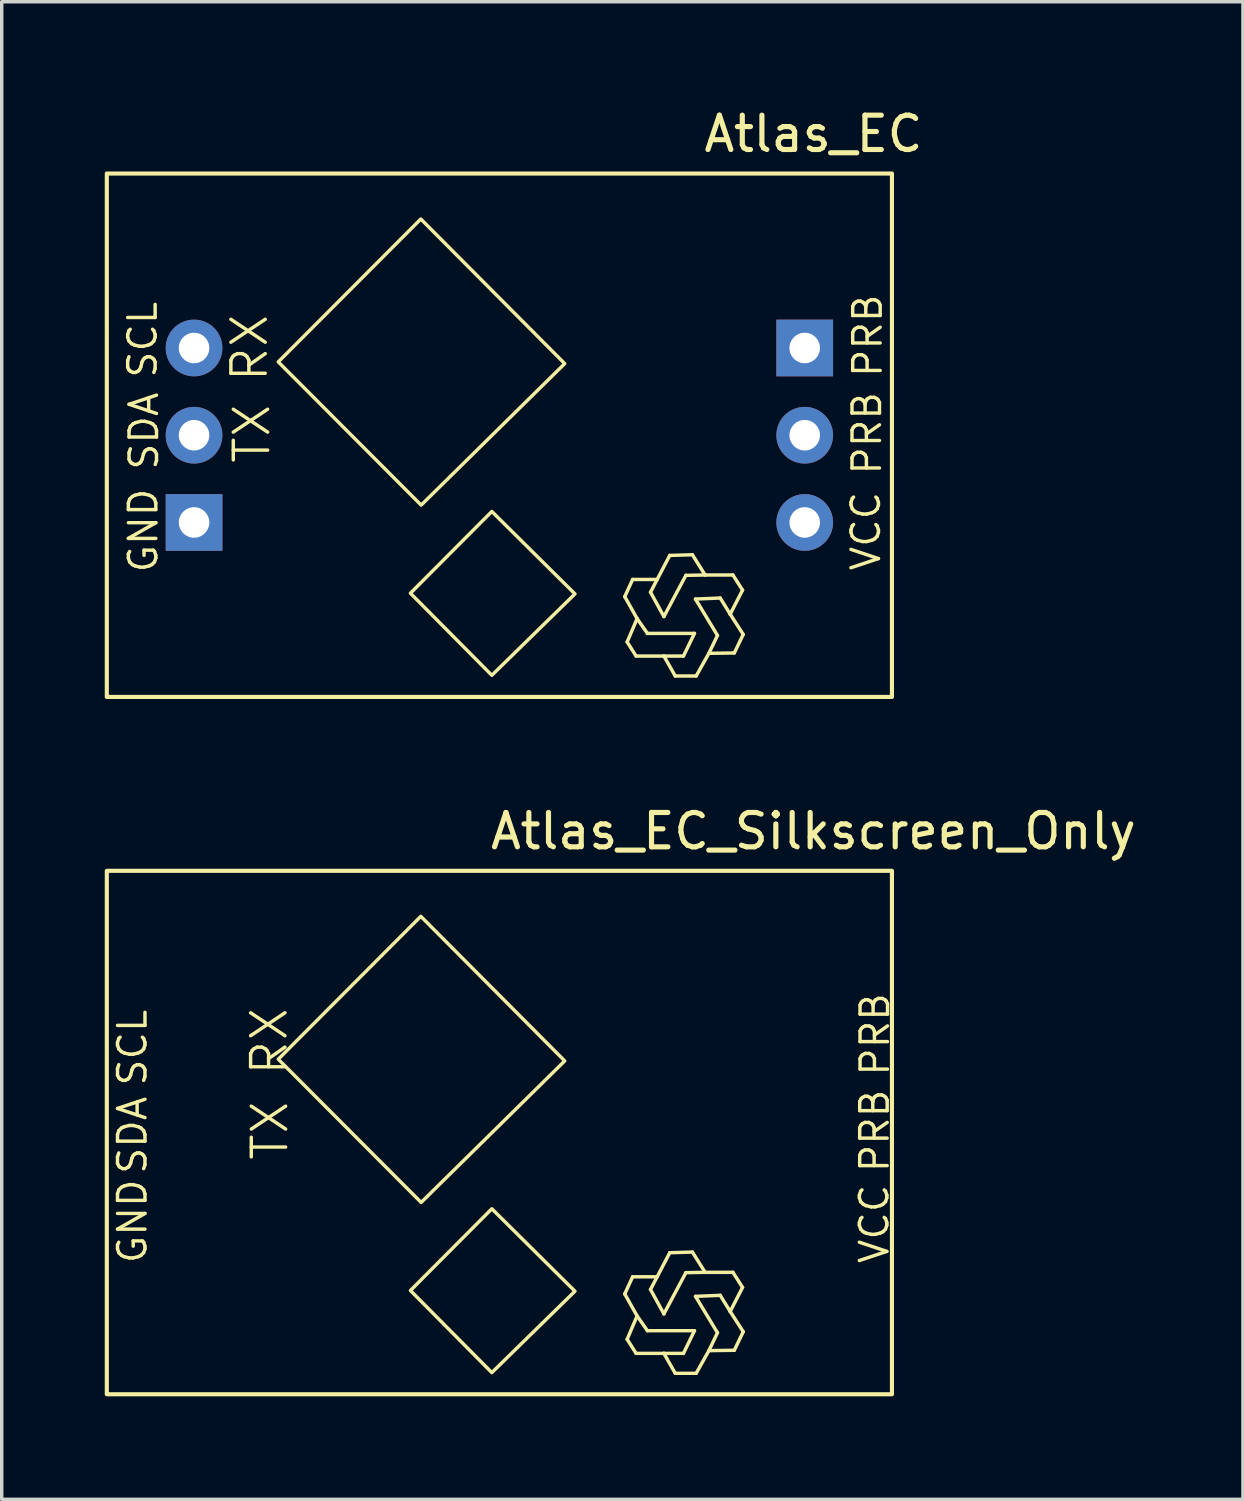
<source format=kicad_pcb>
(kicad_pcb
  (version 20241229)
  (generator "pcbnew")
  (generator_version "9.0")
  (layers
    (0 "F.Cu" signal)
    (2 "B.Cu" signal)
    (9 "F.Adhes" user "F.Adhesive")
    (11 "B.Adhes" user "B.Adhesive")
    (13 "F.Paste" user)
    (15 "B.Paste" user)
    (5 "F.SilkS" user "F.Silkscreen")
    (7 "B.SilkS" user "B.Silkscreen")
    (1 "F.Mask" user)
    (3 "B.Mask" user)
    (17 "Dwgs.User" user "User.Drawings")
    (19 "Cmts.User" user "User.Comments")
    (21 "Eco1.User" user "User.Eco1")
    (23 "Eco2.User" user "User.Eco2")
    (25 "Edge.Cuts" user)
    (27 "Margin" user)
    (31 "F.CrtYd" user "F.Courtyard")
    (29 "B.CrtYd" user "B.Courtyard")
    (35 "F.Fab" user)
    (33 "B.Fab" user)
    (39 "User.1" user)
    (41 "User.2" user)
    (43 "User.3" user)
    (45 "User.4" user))
  (footprint "Atlas_EC_Silkscreen_Only"
    (layer "F.Cu")
    (at 11.49 22.305)
    (property "Reference" "Atlas_EC_Silkscreen_Only" (at 9.144 -1.154 0) (unlocked yes) (layer "F.SilkS") (effects (font (size 1 1) (thickness 0.15))))
    (attr through_hole exclude_from_bom)
    (fp_line (start 3.65 12.32) (end 3.88 11.82) (stroke (width 0.1) (type default)) (layer "F.SilkS"))
    (fp_line (start 3.72 13.64) (end 4.01 12.96) (stroke (width 0.1) (type default)) (layer "F.SilkS"))
    (fp_line (start 3.88 11.82) (end 4.59 11.82) (stroke (width 0.1) (type default)) (layer "F.SilkS"))
    (fp_line (start 3.98 14.05) (end 3.72 13.64) (stroke (width 0.1) (type default)) (layer "F.SilkS"))
    (fp_line (start 4.01 12.96) (end 3.65 12.32) (stroke (width 0.1) (type default)) (layer "F.SilkS"))
    (fp_line (start 4.01 12.96) (end 4.31 13.39) (stroke (width 0.1) (type default)) (layer "F.SilkS"))
    (fp_line (start 4.31 13.39) (end 5.68 13.39) (stroke (width 0.1) (type default)) (layer "F.SilkS"))
    (fp_line (start 4.4 12.19) (end 4.79 12.9) (stroke (width 0.1) (type default)) (layer "F.SilkS"))
    (fp_line (start 4.4 12.19) (end 4.96 11.12) (stroke (width 0.1) (type default)) (layer "F.SilkS"))
    (fp_line (start 4.79 12.9) (end 5.43 11.7) (stroke (width 0.1) (type default)) (layer "F.SilkS"))
    (fp_line (start 4.79 14.05) (end 3.98 14.05) (stroke (width 0.1) (type default)) (layer "F.SilkS"))
    (fp_line (start 4.96 11.12) (end 5.62 11.1) (stroke (width 0.1) (type default)) (layer "F.SilkS"))
    (fp_line (start 5.12 14.63) (end 4.79 14.05) (stroke (width 0.1) (type default)) (layer "F.SilkS"))
    (fp_line (start 5.36 14.05) (end 4.79 14.05) (stroke (width 0.1) (type default)) (layer "F.SilkS"))
    (fp_line (start 5.43 11.7) (end 5.99 11.69) (stroke (width 0.1) (type default)) (layer "F.SilkS"))
    (fp_line (start 5.62 11.1) (end 5.99 11.69) (stroke (width 0.1) (type default)) (layer "F.SilkS"))
    (fp_line (start 5.68 13.39) (end 5.36 14.05) (stroke (width 0.1) (type default)) (layer "F.SilkS"))
    (fp_line (start 5.71 12.39) (end 6.35 13.45) (stroke (width 0.1) (type default)) (layer "F.SilkS"))
    (fp_line (start 5.73 14.63) (end 5.12 14.63) (stroke (width 0.1) (type default)) (layer "F.SilkS"))
    (fp_line (start 5.99 11.69) (end 6.8 11.69) (stroke (width 0.1) (type default)) (layer "F.SilkS"))
    (fp_line (start 6.1 13.97) (end 5.73 14.63) (stroke (width 0.1) (type default)) (layer "F.SilkS"))
    (fp_line (start 6.35 13.45) (end 6.1 13.97) (stroke (width 0.1) (type default)) (layer "F.SilkS"))
    (fp_line (start 6.43 12.36) (end 5.71 12.39) (stroke (width 0.1) (type default)) (layer "F.SilkS"))
    (fp_line (start 6.72 12.83) (end 6.43 12.36) (stroke (width 0.1) (type default)) (layer "F.SilkS"))
    (fp_line (start 6.72 12.83) (end 7.1 13.42) (stroke (width 0.1) (type default)) (layer "F.SilkS"))
    (fp_line (start 6.8 11.69) (end 7.08 12.13) (stroke (width 0.1) (type default)) (layer "F.SilkS"))
    (fp_line (start 6.84 13.96) (end 6.1 13.97) (stroke (width 0.1) (type default)) (layer "F.SilkS"))
    (fp_line (start 7.08 12.13) (end 6.72 12.83) (stroke (width 0.1) (type default)) (layer "F.SilkS"))
    (fp_line (start 7.1 13.42) (end 6.84 13.96) (stroke (width 0.1) (type default)) (layer "F.SilkS"))
    (fp_rect (start -11.43 0) (end 11.43 15.24) (stroke (width 0.12) (type solid)) (fill no) (layer "F.SilkS"))
    (fp_poly (pts (xy -2.59 12.22) (xy -0.22 9.84) (xy 2.2 12.24) (xy -0.22 14.61)) (stroke (width 0.1) (type solid)) (fill no) (layer "F.SilkS"))
    (fp_poly (pts (xy 1.902 5.535) (xy -2.288 1.325) (xy -6.438 5.485) (xy -2.278 9.655)) (stroke (width 0.1) (type solid)) (fill no) (layer "F.SilkS"))
    (fp_text user "TX" (at -6.096 8.489 90) (unlocked yes) (layer "F.SilkS") (effects (font (size 1 1) (thickness 0.1)) (justify left bottom)))
    (fp_text user "PRB" (at 11.394 8.839 90) (unlocked yes) (layer "F.SilkS") (effects (font (size 0.8 0.8) (thickness 0.1)) (justify left bottom)))
    (fp_text user "RX" (at -6.116 6.009 90) (unlocked yes) (layer "F.SilkS") (effects (font (size 1 1) (thickness 0.1)) (justify left bottom)))
    (fp_text user "GND" (at -10.216 11.489 90) (unlocked yes) (layer "F.SilkS") (effects (font (size 0.8 0.8) (thickness 0.1)) (justify left bottom)))
    (fp_text user "VCC" (at 11.384 11.489 90) (unlocked yes) (layer "F.SilkS") (effects (font (size 0.8 0.8) (thickness 0.1)) (justify left bottom)))
    (fp_text user "SCL" (at -10.216 6.319 90) (unlocked yes) (layer "F.SilkS") (effects (font (size 0.8 0.8) (thickness 0.1)) (justify left bottom)))
    (fp_text user "SDA" (at -10.216 8.889 90) (unlocked yes) (layer "F.SilkS") (effects (font (size 0.8 0.8) (thickness 0.1)) (justify left bottom)))
    (fp_text user "PRB" (at 11.404 6.029 90) (unlocked yes) (layer "F.SilkS") (effects (font (size 0.8 0.8) (thickness 0.1)) (justify left bottom))))
  (footprint "Atlas_EC"
    (layer "F.Cu")
    (at 11.49 2.002)
    (property "Reference" "Atlas_EC" (at 9.144 -1.154 0) (unlocked yes) (layer "F.SilkS") (effects (font (size 1 1) (thickness 0.15))))
    (attr through_hole)
    (fp_line (start 3.65 12.32) (end 3.88 11.82) (stroke (width 0.1) (type default)) (layer "F.SilkS"))
    (fp_line (start 3.72 13.64) (end 4.01 12.96) (stroke (width 0.1) (type default)) (layer "F.SilkS"))
    (fp_line (start 3.88 11.82) (end 4.59 11.82) (stroke (width 0.1) (type default)) (layer "F.SilkS"))
    (fp_line (start 3.98 14.05) (end 3.72 13.64) (stroke (width 0.1) (type default)) (layer "F.SilkS"))
    (fp_line (start 4.01 12.96) (end 3.65 12.32) (stroke (width 0.1) (type default)) (layer "F.SilkS"))
    (fp_line (start 4.01 12.96) (end 4.31 13.39) (stroke (width 0.1) (type default)) (layer "F.SilkS"))
    (fp_line (start 4.31 13.39) (end 5.68 13.39) (stroke (width 0.1) (type default)) (layer "F.SilkS"))
    (fp_line (start 4.4 12.19) (end 4.79 12.9) (stroke (width 0.1) (type default)) (layer "F.SilkS"))
    (fp_line (start 4.4 12.19) (end 4.96 11.12) (stroke (width 0.1) (type default)) (layer "F.SilkS"))
    (fp_line (start 4.79 12.9) (end 5.43 11.7) (stroke (width 0.1) (type default)) (layer "F.SilkS"))
    (fp_line (start 4.79 14.05) (end 3.98 14.05) (stroke (width 0.1) (type default)) (layer "F.SilkS"))
    (fp_line (start 4.96 11.12) (end 5.62 11.1) (stroke (width 0.1) (type default)) (layer "F.SilkS"))
    (fp_line (start 5.12 14.63) (end 4.79 14.05) (stroke (width 0.1) (type default)) (layer "F.SilkS"))
    (fp_line (start 5.36 14.05) (end 4.79 14.05) (stroke (width 0.1) (type default)) (layer "F.SilkS"))
    (fp_line (start 5.43 11.7) (end 5.99 11.69) (stroke (width 0.1) (type default)) (layer "F.SilkS"))
    (fp_line (start 5.62 11.1) (end 5.99 11.69) (stroke (width 0.1) (type default)) (layer "F.SilkS"))
    (fp_line (start 5.68 13.39) (end 5.36 14.05) (stroke (width 0.1) (type default)) (layer "F.SilkS"))
    (fp_line (start 5.71 12.39) (end 6.35 13.45) (stroke (width 0.1) (type default)) (layer "F.SilkS"))
    (fp_line (start 5.73 14.63) (end 5.12 14.63) (stroke (width 0.1) (type default)) (layer "F.SilkS"))
    (fp_line (start 5.99 11.69) (end 6.8 11.69) (stroke (width 0.1) (type default)) (layer "F.SilkS"))
    (fp_line (start 6.1 13.97) (end 5.73 14.63) (stroke (width 0.1) (type default)) (layer "F.SilkS"))
    (fp_line (start 6.35 13.45) (end 6.1 13.97) (stroke (width 0.1) (type default)) (layer "F.SilkS"))
    (fp_line (start 6.43 12.36) (end 5.71 12.39) (stroke (width 0.1) (type default)) (layer "F.SilkS"))
    (fp_line (start 6.72 12.83) (end 6.43 12.36) (stroke (width 0.1) (type default)) (layer "F.SilkS"))
    (fp_line (start 6.72 12.83) (end 7.1 13.42) (stroke (width 0.1) (type default)) (layer "F.SilkS"))
    (fp_line (start 6.8 11.69) (end 7.08 12.13) (stroke (width 0.1) (type default)) (layer "F.SilkS"))
    (fp_line (start 6.84 13.96) (end 6.1 13.97) (stroke (width 0.1) (type default)) (layer "F.SilkS"))
    (fp_line (start 7.08 12.13) (end 6.72 12.83) (stroke (width 0.1) (type default)) (layer "F.SilkS"))
    (fp_line (start 7.1 13.42) (end 6.84 13.96) (stroke (width 0.1) (type default)) (layer "F.SilkS"))
    (fp_rect (start -11.43 0) (end 11.43 15.24) (stroke (width 0.12) (type solid)) (fill no) (layer "F.SilkS"))
    (fp_poly (pts (xy -2.59 12.22) (xy -0.22 9.84) (xy 2.2 12.24) (xy -0.22 14.61)) (stroke (width 0.1) (type solid)) (fill no) (layer "F.SilkS"))
    (fp_poly (pts (xy 1.902 5.535) (xy -2.288 1.325) (xy -6.438 5.485) (xy -2.278 9.655)) (stroke (width 0.1) (type solid)) (fill no) (layer "F.SilkS"))
    (fp_text user "RX" (at -6.69 6.12 90) (unlocked yes) (layer "F.SilkS") (effects (font (size 1 1) (thickness 0.1)) (justify left bottom)))
    (fp_text user "GND" (at -9.9 11.68 90) (unlocked yes) (layer "F.SilkS") (effects (font (size 0.8 0.8) (thickness 0.1)) (justify left bottom)))
    (fp_text user "SCL" (at -9.92 6.01 90) (unlocked yes) (layer "F.SilkS") (effects (font (size 0.8 0.8) (thickness 0.1)) (justify left bottom)))
    (fp_text user "TX" (at -6.62 8.5 90) (unlocked yes) (layer "F.SilkS") (effects (font (size 1 1) (thickness 0.1)) (justify left bottom)))
    (fp_text user "PRB" (at 11.19 5.99 90) (unlocked yes) (layer "F.SilkS") (effects (font (size 0.8 0.8) (thickness 0.1)) (justify left bottom)))
    (fp_text user "PRB" (at 11.17 8.83 90) (unlocked yes) (layer "F.SilkS") (effects (font (size 0.8 0.8) (thickness 0.1)) (justify left bottom)))
    (fp_text user "VCC" (at 11.14 11.62 90) (unlocked yes) (layer "F.SilkS") (effects (font (size 0.8 0.8) (thickness 0.1)) (justify left bottom)))
    (fp_text user "SDA" (at -9.88 8.69 90) (unlocked yes) (layer "F.SilkS") (effects (font (size 0.8 0.8) (thickness 0.1)) (justify left bottom)))
    (pad "1" thru_hole rect (at -8.89 10.16) (size 1.651 1.651) (drill 0.889) (layers "*.Cu" "*.Mask"))
    (pad "2" thru_hole circle (at -8.89 7.62) (size 1.651 1.651) (drill 0.889) (layers "*.Cu" "*.Mask"))
    (pad "3" thru_hole circle (at -8.89 5.08) (size 1.651 1.651) (drill 0.889) (layers "*.Cu" "*.Mask"))
    (pad "4" thru_hole rect (at 8.89 5.08) (size 1.651 1.651) (drill 0.889) (layers "*.Cu" "*.Mask"))
    (pad "5" thru_hole circle (at 8.89 7.62) (size 1.651 1.651) (drill 0.889) (layers "*.Cu" "*.Mask"))
    (pad "6" thru_hole circle (at 8.89 10.16) (size 1.651 1.651) (drill 0.889) (layers "*.Cu" "*.Mask")))
  (gr_rect
    (start -3 -3)
    (end 33.14 40.605)
    (stroke (width 0.1) (type default))
    (fill no)
    (layer "Edge.Cuts")))
</source>
